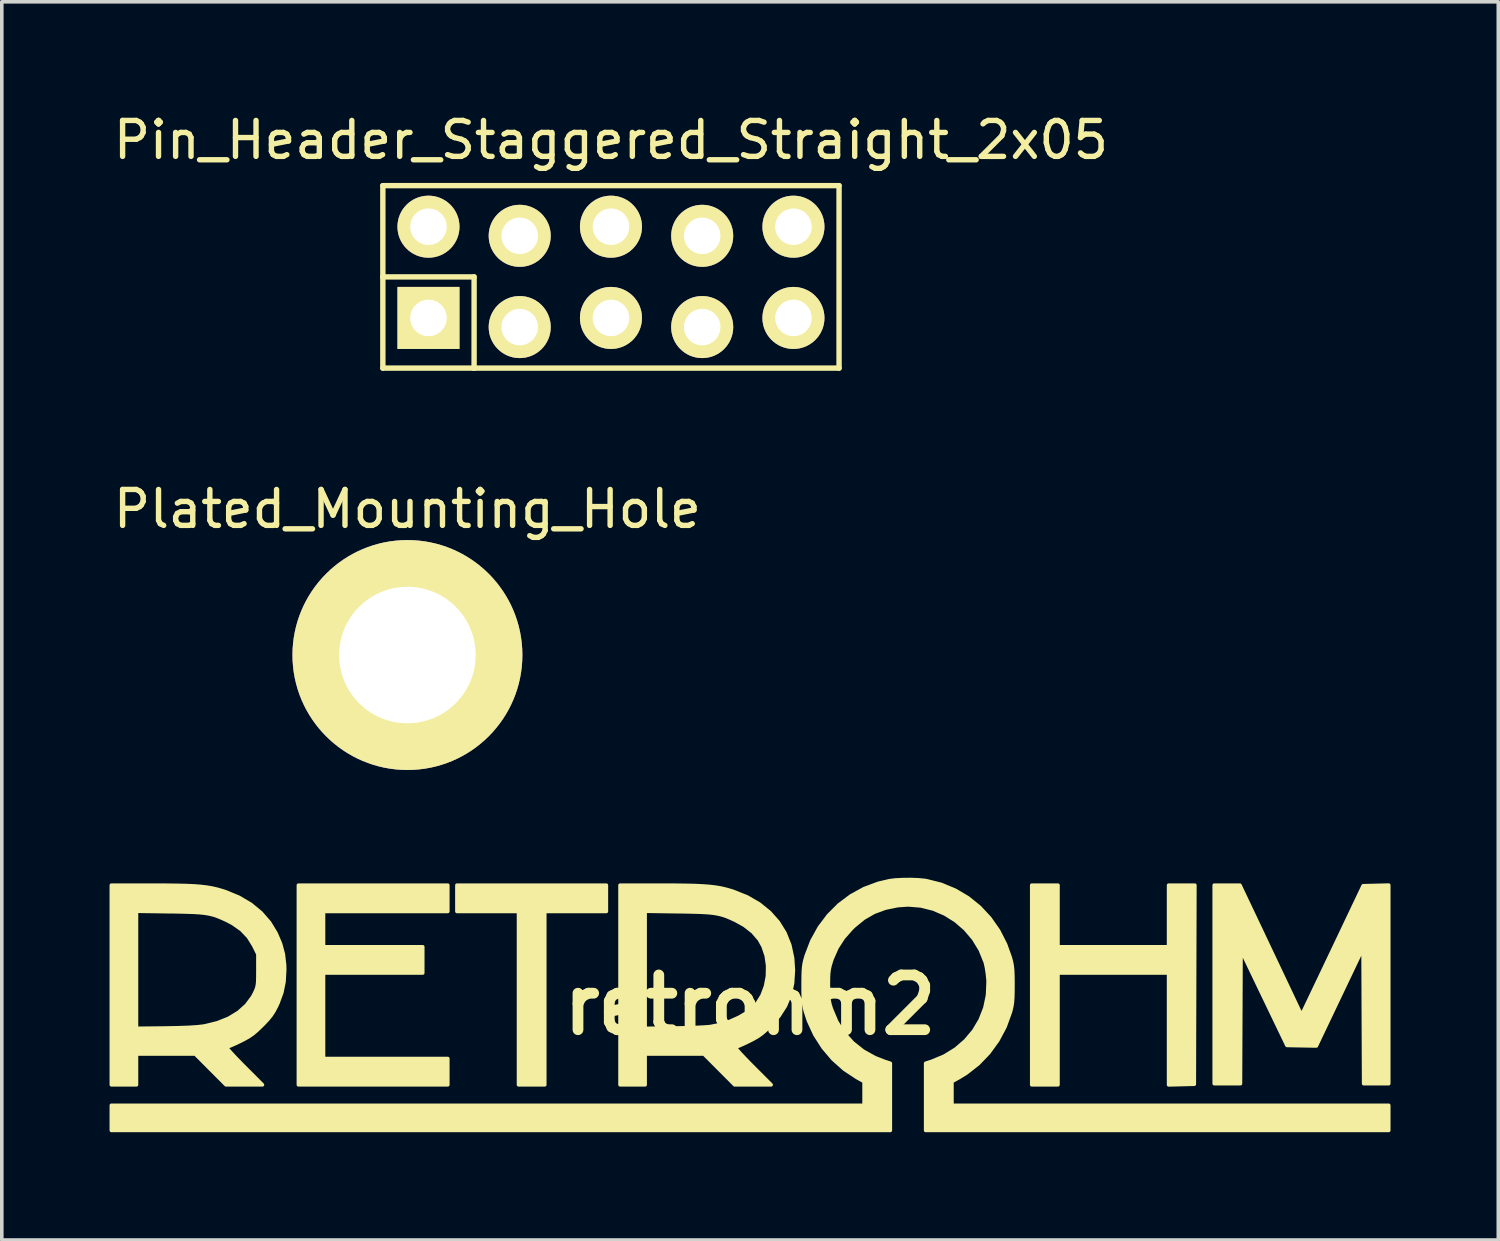
<source format=kicad_pcb>
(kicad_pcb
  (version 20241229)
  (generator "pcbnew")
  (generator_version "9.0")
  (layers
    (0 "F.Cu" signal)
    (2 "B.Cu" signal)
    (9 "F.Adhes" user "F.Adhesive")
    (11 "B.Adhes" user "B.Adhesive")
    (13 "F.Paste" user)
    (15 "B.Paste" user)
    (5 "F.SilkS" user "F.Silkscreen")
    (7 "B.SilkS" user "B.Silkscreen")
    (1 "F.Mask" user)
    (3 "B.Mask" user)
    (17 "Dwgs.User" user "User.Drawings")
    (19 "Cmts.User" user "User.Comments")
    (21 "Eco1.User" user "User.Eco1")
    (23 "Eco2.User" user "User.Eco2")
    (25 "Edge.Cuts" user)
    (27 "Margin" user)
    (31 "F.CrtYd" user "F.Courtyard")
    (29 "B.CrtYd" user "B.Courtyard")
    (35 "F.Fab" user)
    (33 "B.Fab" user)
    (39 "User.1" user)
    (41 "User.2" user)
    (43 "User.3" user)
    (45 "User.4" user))
  (footprint "Pin_Header_Staggered_Straight_2x05"
    (layer "F.Cu")
    (at 13.958 4.658)
    (property "Reference" "Pin_Header_Staggered_Straight_2x05" (at 0 -3.81 0) (layer "F.SilkS") (effects (font (size 1 1) (thickness 0.15))))
    (attr through_hole)
    (fp_line (start -6.35 -2.54) (end -6.35 0) (stroke (width 0.15) (type solid)) (layer "F.SilkS"))
    (fp_line (start -6.35 -2.54) (end 6.35 -2.54) (stroke (width 0.15) (type solid)) (layer "F.SilkS"))
    (fp_line (start -6.35 0) (end -3.81 0) (stroke (width 0.15) (type solid)) (layer "F.SilkS"))
    (fp_line (start -6.35 2.54) (end -6.35 0) (stroke (width 0.15) (type solid)) (layer "F.SilkS"))
    (fp_line (start -6.35 2.54) (end -3.81 2.54) (stroke (width 0.15) (type solid)) (layer "F.SilkS"))
    (fp_line (start -3.81 0) (end -3.81 2.54) (stroke (width 0.15) (type solid)) (layer "F.SilkS"))
    (fp_line (start 6.35 -2.54) (end 6.35 2.54) (stroke (width 0.15) (type solid)) (layer "F.SilkS"))
    (fp_line (start 6.35 2.54) (end -3.81 2.54) (stroke (width 0.15) (type solid)) (layer "F.SilkS"))
    (pad "1" thru_hole rect (at -5.08 1.143) (size 1.727 1.727) (drill 1.016) (layers "*.Cu" "*.Mask" "F.SilkS"))
    (pad "2" thru_hole oval (at -5.08 -1.397) (size 1.727 1.727) (drill 1.016) (layers "*.Cu" "*.Mask" "F.SilkS"))
    (pad "3" thru_hole oval (at -2.54 1.397) (size 1.727 1.727) (drill 1.016) (layers "*.Cu" "*.Mask" "F.SilkS"))
    (pad "4" thru_hole oval (at -2.54 -1.143) (size 1.727 1.727) (drill 1.016) (layers "*.Cu" "*.Mask" "F.SilkS"))
    (pad "5" thru_hole oval (at 0 1.143) (size 1.727 1.727) (drill 1.016) (layers "*.Cu" "*.Mask" "F.SilkS"))
    (pad "6" thru_hole oval (at 0 -1.397) (size 1.727 1.727) (drill 1.016) (layers "*.Cu" "*.Mask" "F.SilkS"))
    (pad "7" thru_hole oval (at 2.54 1.397) (size 1.727 1.727) (drill 1.016) (layers "*.Cu" "*.Mask" "F.SilkS"))
    (pad "8" thru_hole oval (at 2.54 -1.143) (size 1.727 1.727) (drill 1.016) (layers "*.Cu" "*.Mask" "F.SilkS"))
    (pad "9" thru_hole oval (at 5.08 1.143) (size 1.727 1.727) (drill 1.016) (layers "*.Cu" "*.Mask" "F.SilkS"))
    (pad "10" thru_hole oval (at 5.08 -1.397) (size 1.727 1.727) (drill 1.016) (layers "*.Cu" "*.Mask" "F.SilkS")))
  (footprint "retrohm2"
    (layer "F.Cu")
    (at 17.83 24.926)
    (property "Reference" "retrohm2" (at 0 0 0) (layer "F.SilkS") (effects (font (size 1.524 1.524) (thickness 0.3))))
    (attr through_hole)
    (fp_poly (pts (xy -4 -2.603) (xy -4.858 -2.603) (xy -5.715 -2.603) (xy -5.715 -0.191) (xy -5.715 2.223) (xy -6.08 2.223) (xy -6.445 2.223) (xy -6.445 -0.191) (xy -6.445 -2.603) (xy -7.303 -2.603) (xy -8.16 -2.603) (xy -8.16 -2.969) (xy -8.16 -3.334) (xy -6.08 -3.334) (xy -4 -3.334) (xy -4 -2.969) (xy -4 -2.603)) (stroke (width 0.1) (type solid)) (fill yes) (layer "F.SilkS"))
    (fp_poly (pts (xy -8.414 2.223) (xy -10.493 2.223) (xy -12.573 2.223) (xy -12.573 -0.556) (xy -12.573 -3.334) (xy -10.493 -3.334) (xy -8.414 -3.334) (xy -8.414 -2.969) (xy -8.414 -2.603) (xy -10.144 -2.603) (xy -11.874 -2.603) (xy -11.874 -2.111) (xy -11.874 -1.619) (xy -10.493 -1.619) (xy -9.112 -1.619) (xy -9.112 -1.254) (xy -9.112 -0.889) (xy -10.493 -0.889) (xy -11.874 -0.889) (xy -11.874 0.302) (xy -11.874 1.492) (xy -10.144 1.492) (xy -8.414 1.492) (xy -8.414 1.857) (xy -8.414 2.223)) (stroke (width 0.1) (type solid)) (fill yes) (layer "F.SilkS"))
    (fp_poly (pts (xy 12.383 -3.334) (xy 12.375 -0.564) (xy 12.367 2.207) (xy 12.009 2.216) (xy 11.652 2.225) (xy 11.652 0.668) (xy 11.652 -0.889) (xy 10.112 -0.889) (xy 8.572 -0.889) (xy 8.572 0.667) (xy 8.572 2.223) (xy 8.207 2.223) (xy 7.842 2.223) (xy 7.842 -0.556) (xy 7.842 -3.334) (xy 8.207 -3.334) (xy 8.572 -3.334) (xy 8.572 -2.477) (xy 8.572 -1.619) (xy 10.112 -1.619) (xy 11.652 -1.619) (xy 11.652 -2.477) (xy 11.652 -3.334) (xy 12.018 -3.334) (xy 12.383 -3.334)) (stroke (width 0.1) (type solid)) (fill yes) (layer "F.SilkS"))
    (fp_poly (pts (xy 17.78 2.191) (xy 17.431 2.191) (xy 17.082 2.191) (xy 17.074 0.3) (xy 17.066 -1.591) (xy 16.415 -0.225) (xy 15.764 1.142) (xy 15.355 1.135) (xy 14.946 1.127) (xy 14.307 -0.202) (xy 13.668 -1.532) (xy 13.66 0.329) (xy 13.652 2.191) (xy 13.287 2.191) (xy 12.922 2.191) (xy 12.922 -0.572) (xy 12.922 -3.334) (xy 13.28 -3.334) (xy 13.638 -3.334) (xy 14.495 -1.526) (xy 15.351 0.281) (xy 15.425 0.133) (xy 15.452 0.077) (xy 15.503 -0.031) (xy 15.577 -0.184) (xy 15.669 -0.378) (xy 15.778 -0.606) (xy 15.901 -0.864) (xy 16.034 -1.144) (xy 16.176 -1.442) (xy 16.283 -1.667) (xy 17.068 -3.318) (xy 17.424 -3.327) (xy 17.78 -3.336) (xy 17.78 -0.573) (xy 17.78 2.191)) (stroke (width 0.1) (type solid)) (fill yes) (layer "F.SilkS"))
    (fp_poly (pts (xy 1.206 -0.968) (xy 1.183 -0.603) (xy 1.111 -0.274) (xy 0.985 0.028) (xy 0.804 0.311) (xy 0.573 0.575) (xy 0.491 0.654) (xy 0.491 -1.089) (xy 0.451 -1.37) (xy 0.363 -1.632) (xy 0.256 -1.823) (xy 0.075 -2.033) (xy -0.16 -2.217) (xy -0.397 -2.349) (xy -0.531 -2.411) (xy -0.651 -2.462) (xy -0.765 -2.501) (xy -0.884 -2.531) (xy -1.016 -2.554) (xy -1.171 -2.57) (xy -1.358 -2.581) (xy -1.586 -2.588) (xy -1.864 -2.594) (xy -1.992 -2.595) (xy -2.921 -2.609) (xy -2.921 -0.978) (xy -2.921 0.652) (xy -2.119 0.642) (xy -1.886 0.638) (xy -1.661 0.632) (xy -1.456 0.625) (xy -1.283 0.616) (xy -1.155 0.607) (xy -1.1 0.601) (xy -0.826 0.544) (xy -0.556 0.455) (xy -0.302 0.341) (xy -0.077 0.207) (xy 0.105 0.061) (xy 0.189 -0.03) (xy 0.333 -0.26) (xy 0.432 -0.522) (xy 0.485 -0.803) (xy 0.491 -1.089) (xy 0.491 0.654) (xy 0.437 0.707) (xy 0.321 0.806) (xy 0.203 0.887) (xy 0.062 0.966) (xy -0.027 1.011) (xy -0.162 1.076) (xy -0.28 1.129) (xy -0.367 1.164) (xy -0.407 1.175) (xy -0.401 1.196) (xy -0.355 1.256) (xy -0.273 1.349) (xy -0.16 1.469) (xy -0.022 1.612) (xy 0.064 1.699) (xy 0.587 2.223) (xy 0.079 2.223) (xy -0.43 2.223) (xy -0.857 1.794) (xy -1.285 1.365) (xy -2.103 1.365) (xy -2.921 1.365) (xy -2.921 1.794) (xy -2.921 2.223) (xy -3.27 2.223) (xy -3.619 2.223) (xy -3.619 -0.556) (xy -3.619 -3.334) (xy -2.469 -3.334) (xy -2.103 -3.333) (xy -1.793 -3.329) (xy -1.531 -3.323) (xy -1.31 -3.312) (xy -1.121 -3.298) (xy -0.956 -3.278) (xy -0.809 -3.253) (xy -0.671 -3.221) (xy -0.534 -3.182) (xy -0.461 -3.159) (xy -0.079 -3.005) (xy 0.257 -2.81) (xy 0.546 -2.576) (xy 0.784 -2.307) (xy 0.972 -2.004) (xy 1.106 -1.669) (xy 1.184 -1.306) (xy 1.206 -0.968)) (stroke (width 0.1) (type solid)) (fill yes) (layer "F.SilkS"))
    (fp_poly (pts (xy -12.955 -0.968) (xy -12.974 -0.644) (xy -13.034 -0.347) (xy -13.141 -0.055) (xy -13.179 0.028) (xy -13.251 0.166) (xy -13.325 0.282) (xy -13.415 0.395) (xy -13.535 0.523) (xy -13.588 0.576) (xy -13.7 0.684) (xy -13.7 -0.97) (xy -13.7 -1.416) (xy -13.82 -1.659) (xy -13.967 -1.895) (xy -14.159 -2.096) (xy -14.402 -2.267) (xy -14.557 -2.349) (xy -14.691 -2.411) (xy -14.811 -2.461) (xy -14.925 -2.501) (xy -15.044 -2.531) (xy -15.176 -2.554) (xy -15.331 -2.57) (xy -15.518 -2.581) (xy -15.746 -2.588) (xy -16.025 -2.594) (xy -16.153 -2.595) (xy -17.081 -2.609) (xy -17.081 -0.979) (xy -17.081 0.651) (xy -16.264 0.642) (xy -15.915 0.635) (xy -15.626 0.625) (xy -15.397 0.61) (xy -15.225 0.591) (xy -15.177 0.583) (xy -14.824 0.496) (xy -14.511 0.37) (xy -14.242 0.206) (xy -14.02 0.008) (xy -13.85 -0.221) (xy -13.798 -0.318) (xy -13.759 -0.402) (xy -13.732 -0.473) (xy -13.715 -0.546) (xy -13.705 -0.635) (xy -13.701 -0.754) (xy -13.7 -0.919) (xy -13.7 -0.97) (xy -13.7 0.684) (xy -13.725 0.708) (xy -13.841 0.806) (xy -13.958 0.886) (xy -14.096 0.963) (xy -14.195 1.013) (xy -14.33 1.077) (xy -14.447 1.129) (xy -14.533 1.164) (xy -14.573 1.175) (xy -14.565 1.196) (xy -14.517 1.256) (xy -14.435 1.347) (xy -14.325 1.465) (xy -14.192 1.603) (xy -14.097 1.699) (xy -13.574 2.223) (xy -14.082 2.223) (xy -14.59 2.223) (xy -15.018 1.794) (xy -15.445 1.365) (xy -16.263 1.365) (xy -17.081 1.365) (xy -17.081 1.794) (xy -17.081 2.223) (xy -17.431 2.223) (xy -17.78 2.223) (xy -17.78 -0.556) (xy -17.78 -3.334) (xy -16.629 -3.334) (xy -16.264 -3.333) (xy -15.954 -3.329) (xy -15.692 -3.323) (xy -15.47 -3.313) (xy -15.281 -3.298) (xy -15.116 -3.278) (xy -14.968 -3.252) (xy -14.829 -3.22) (xy -14.692 -3.18) (xy -14.598 -3.15) (xy -14.227 -2.996) (xy -13.897 -2.801) (xy -13.612 -2.566) (xy -13.376 -2.294) (xy -13.194 -1.995) (xy -13.07 -1.702) (xy -12.993 -1.417) (xy -12.958 -1.114) (xy -12.955 -0.968)) (stroke (width 0.1) (type solid)) (fill yes) (layer "F.SilkS"))
    (fp_poly (pts (xy 17.78 3.493) (xy 11.335 3.493) (xy 4.889 3.493) (xy 4.889 2.558) (xy 4.889 1.624) (xy 5.056 1.57) (xy 5.409 1.423) (xy 5.724 1.229) (xy 5.997 0.993) (xy 6.227 0.72) (xy 6.408 0.415) (xy 6.538 0.083) (xy 6.612 -0.271) (xy 6.628 -0.642) (xy 6.626 -0.697) (xy 6.61 -0.858) (xy 6.586 -1.022) (xy 6.556 -1.159) (xy 6.547 -1.193) (xy 6.409 -1.534) (xy 6.221 -1.842) (xy 5.991 -2.113) (xy 5.724 -2.344) (xy 5.426 -2.531) (xy 5.103 -2.67) (xy 4.762 -2.756) (xy 4.409 -2.786) (xy 4.112 -2.766) (xy 3.761 -2.694) (xy 3.45 -2.578) (xy 3.165 -2.414) (xy 2.895 -2.193) (xy 2.827 -2.127) (xy 2.598 -1.867) (xy 2.421 -1.593) (xy 2.286 -1.288) (xy 2.264 -1.222) (xy 2.228 -1.105) (xy 2.204 -1.001) (xy 2.189 -0.891) (xy 2.182 -0.757) (xy 2.18 -0.581) (xy 2.18 -0.556) (xy 2.182 -0.373) (xy 2.188 -0.234) (xy 2.201 -0.122) (xy 2.224 -0.018) (xy 2.259 0.097) (xy 2.264 0.111) (xy 2.411 0.462) (xy 2.61 0.777) (xy 2.856 1.051) (xy 3.145 1.282) (xy 3.476 1.467) (xy 3.739 1.57) (xy 3.905 1.624) (xy 3.905 2.558) (xy 3.905 3.493) (xy -6.937 3.493) (xy -17.78 3.493) (xy -17.78 3.143) (xy -17.78 2.794) (xy -7.303 2.794) (xy 3.175 2.794) (xy 3.175 2.463) (xy 3.175 2.133) (xy 2.971 2.019) (xy 2.622 1.788) (xy 2.308 1.508) (xy 2.034 1.185) (xy 1.805 0.827) (xy 1.627 0.441) (xy 1.549 0.206) (xy 1.521 0.1) (xy 1.501 -0.000318) (xy 1.488 -0.109) (xy 1.481 -0.24) (xy 1.478 -0.409) (xy 1.478 -0.572) (xy 1.48 -0.774) (xy 1.484 -0.928) (xy 1.493 -1.048) (xy 1.507 -1.149) (xy 1.529 -1.247) (xy 1.56 -1.355) (xy 1.566 -1.375) (xy 1.722 -1.783) (xy 1.929 -2.157) (xy 2.182 -2.493) (xy 2.477 -2.788) (xy 2.81 -3.037) (xy 3.176 -3.238) (xy 3.571 -3.385) (xy 3.887 -3.459) (xy 4.052 -3.479) (xy 4.255 -3.489) (xy 4.475 -3.491) (xy 4.685 -3.483) (xy 4.864 -3.466) (xy 4.907 -3.459) (xy 5.322 -3.355) (xy 5.71 -3.194) (xy 6.068 -2.982) (xy 6.391 -2.721) (xy 6.675 -2.416) (xy 6.918 -2.069) (xy 7.113 -1.686) (xy 7.246 -1.314) (xy 7.275 -1.206) (xy 7.295 -1.103) (xy 7.308 -0.991) (xy 7.315 -0.853) (xy 7.318 -0.676) (xy 7.318 -0.556) (xy 7.317 -0.349) (xy 7.312 -0.192) (xy 7.303 -0.067) (xy 7.286 0.041) (xy 7.262 0.145) (xy 7.245 0.206) (xy 7.098 0.61) (xy 6.897 0.987) (xy 6.647 1.332) (xy 6.353 1.638) (xy 6.021 1.898) (xy 5.824 2.019) (xy 5.62 2.133) (xy 5.62 2.463) (xy 5.62 2.794) (xy 11.7 2.794) (xy 17.78 2.794) (xy 17.78 3.143) (xy 17.78 3.493)) (stroke (width 0.1) (type solid)) (fill yes) (layer "F.SilkS")))
  (footprint "Plated_Mounting_Hole"
    (layer "F.Cu")
    (at 8.292 15.185)
    (property "Reference" "Plated_Mounting_Hole" (at 0 -4.064 0) (layer "F.SilkS") (effects (font (size 1 1) (thickness 0.15))))
    (attr through_hole)
    (pad "1" thru_hole circle (at 0 0) (size 6.4 6.4) (drill 3.8) (layers "*.Cu" "*.Mask" "F.SilkS")))
  (gr_rect
    (start -3 -3)
    (end 38.66 31.469)
    (stroke (width 0.1) (type default))
    (fill no)
    (layer "Edge.Cuts")))
</source>
